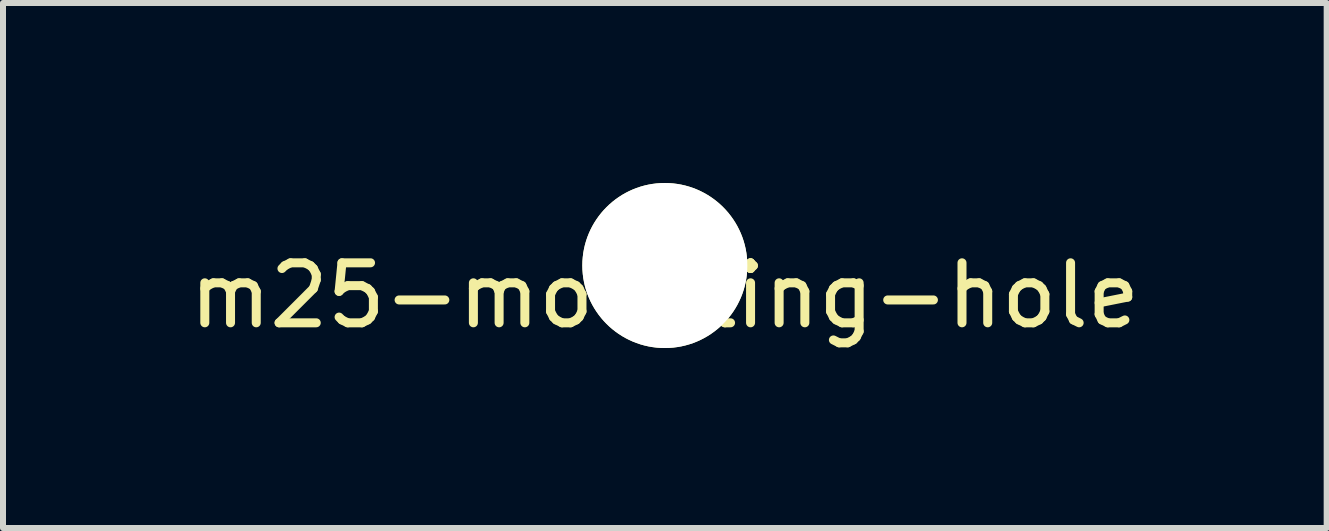
<source format=kicad_pcb>
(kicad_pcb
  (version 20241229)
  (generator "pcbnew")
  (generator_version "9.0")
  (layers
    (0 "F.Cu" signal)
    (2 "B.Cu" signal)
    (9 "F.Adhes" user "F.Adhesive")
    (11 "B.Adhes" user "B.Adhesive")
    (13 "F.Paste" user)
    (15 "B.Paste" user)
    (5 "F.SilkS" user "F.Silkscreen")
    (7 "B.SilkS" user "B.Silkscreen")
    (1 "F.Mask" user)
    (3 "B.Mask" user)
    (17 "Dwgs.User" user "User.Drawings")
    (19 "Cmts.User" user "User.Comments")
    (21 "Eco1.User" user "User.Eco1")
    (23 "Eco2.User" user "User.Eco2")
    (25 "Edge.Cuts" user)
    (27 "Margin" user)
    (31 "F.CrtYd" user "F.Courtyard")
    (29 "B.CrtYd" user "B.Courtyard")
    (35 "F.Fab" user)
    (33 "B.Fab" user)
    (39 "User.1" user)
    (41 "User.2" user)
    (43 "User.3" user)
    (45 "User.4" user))
  (footprint "m25-mounting-hole"
    (layer "F.Cu")
    (at 8.03 1.375)
    (property "Reference" "m25-mounting-hole" (at 0 0.5 0) (layer "F.SilkS") (effects (font (size 1 1) (thickness 0.15))))
    (attr through_hole)
    (pad "" np_thru_hole circle (at 0 0) (size 2.75 2.75) (drill 2.75) (layers "*.Cu" "*.Mask" "F.SilkS")))
  (gr_rect
    (start -3 -3)
    (end 19.06 5.75)
    (stroke (width 0.1) (type default))
    (fill no)
    (layer "Edge.Cuts")))
</source>
